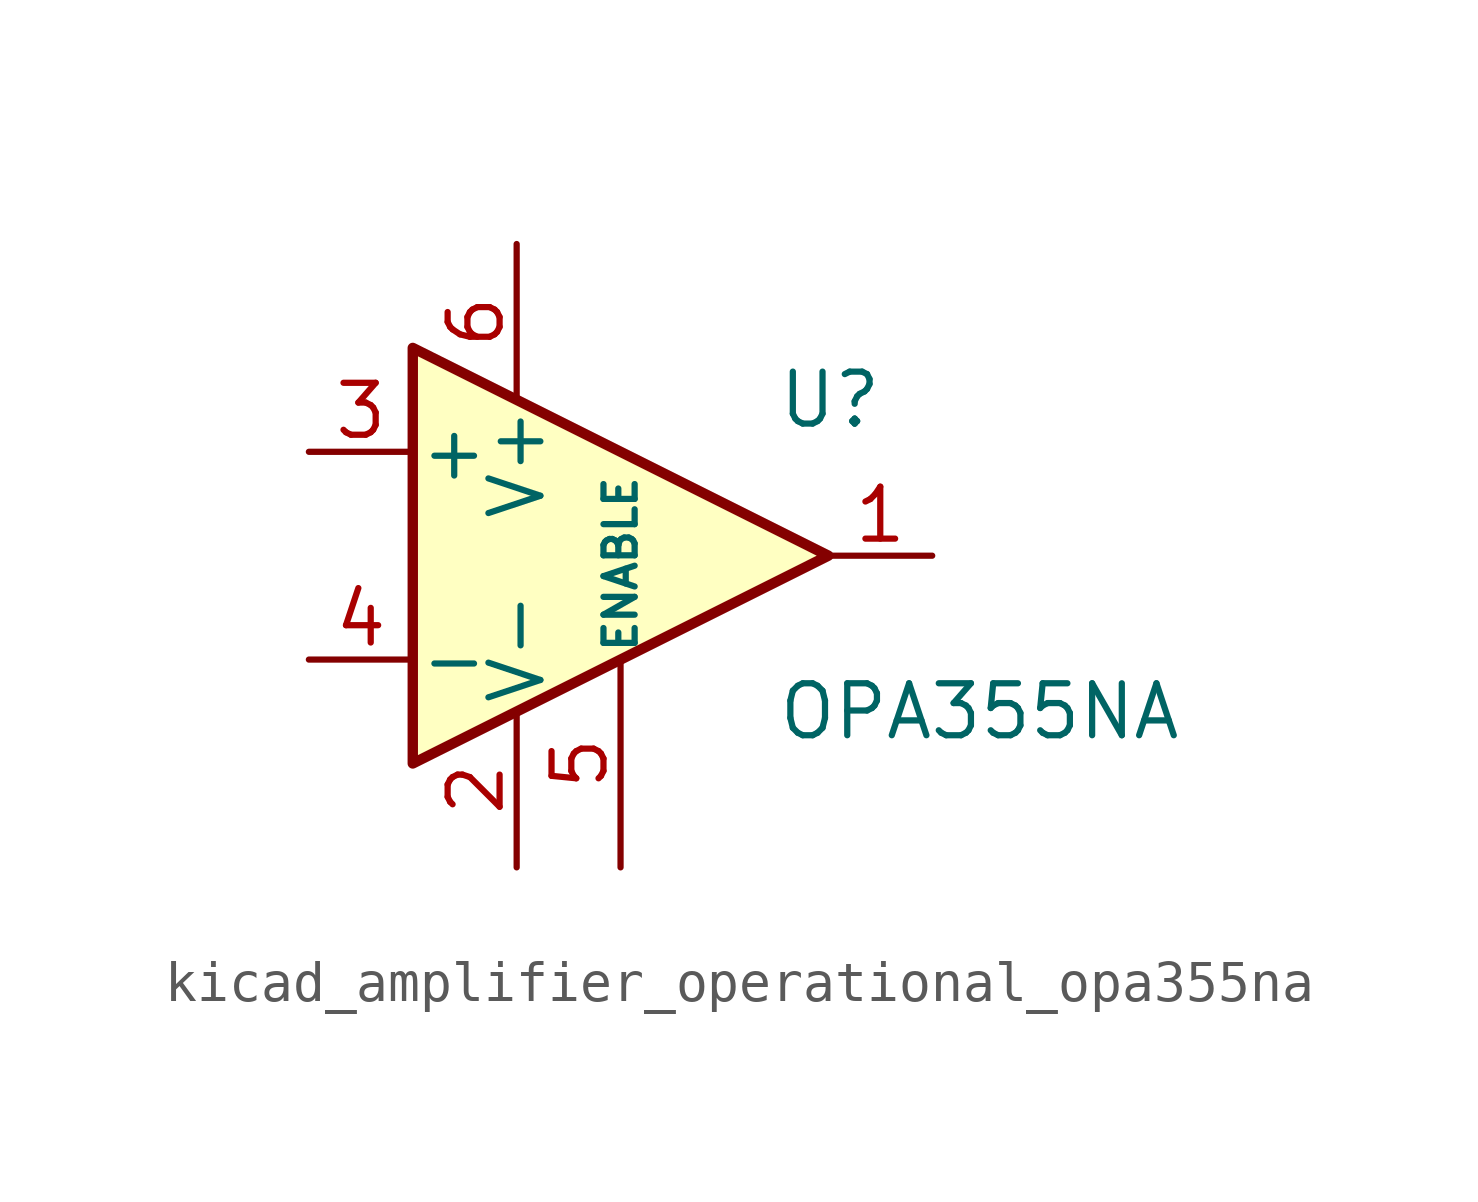
<source format=kicad_sym>
(kicad_symbol_lib
  (version 20220914)
  (generator kicad_symbol_editor)
  (symbol "kicad_amplifier_operational_opa355na"
    (pin_names
      (offset 0.127))
    (property "Reference" "U"
      (at 3.81 3.81 0)
      (effects (font (size 1.27 1.27)) (justify left)))
    (property "Value" "OPA355NA"
      (at 3.81 -3.81 0)
      (effects (font (size 1.27 1.27)) (justify left)))
    (symbol "kicad_amplifier_operational_opa355na_0_1"
      (polyline (pts (xy -5.08 5.08) (xy 5.08 0) (xy -5.08 -5.08) (xy -5.08 5.08)) (stroke (width 0.254) (type default)) (fill (type background))))
    (symbol "kicad_amplifier_operational_opa355na_1_1"
      (pin output line (at 7.62 0 180) (length 2.54) (name "~" (effects (font (size 1.27 1.27)))) (number "1" (effects (font (size 1.27 1.27)))))
      (pin power_in line (at -2.54 -7.62 90) (length 3.81) (name "V-" (effects (font (size 1.27 1.27)))) (number "2" (effects (font (size 1.27 1.27)))))
      (pin input line (at -7.62 2.54 0) (length 2.54) (name "+" (effects (font (size 1.27 1.27)))) (number "3" (effects (font (size 1.27 1.27)))))
      (pin input line (at -7.62 -2.54 0) (length 2.54) (name "-" (effects (font (size 1.27 1.27)))) (number "4" (effects (font (size 1.27 1.27)))))
      (pin input line (at 0 -7.62 90) (length 5.08) (name "ENABLE" (effects (font (size 0.762 0.762)))) (number "5" (effects (font (size 1.27 1.27)))))
      (pin power_in line (at -2.54 7.62 270) (length 3.81) (name "V+" (effects (font (size 1.27 1.27)))) (number "6" (effects (font (size 1.27 1.27))))))))
</source>
